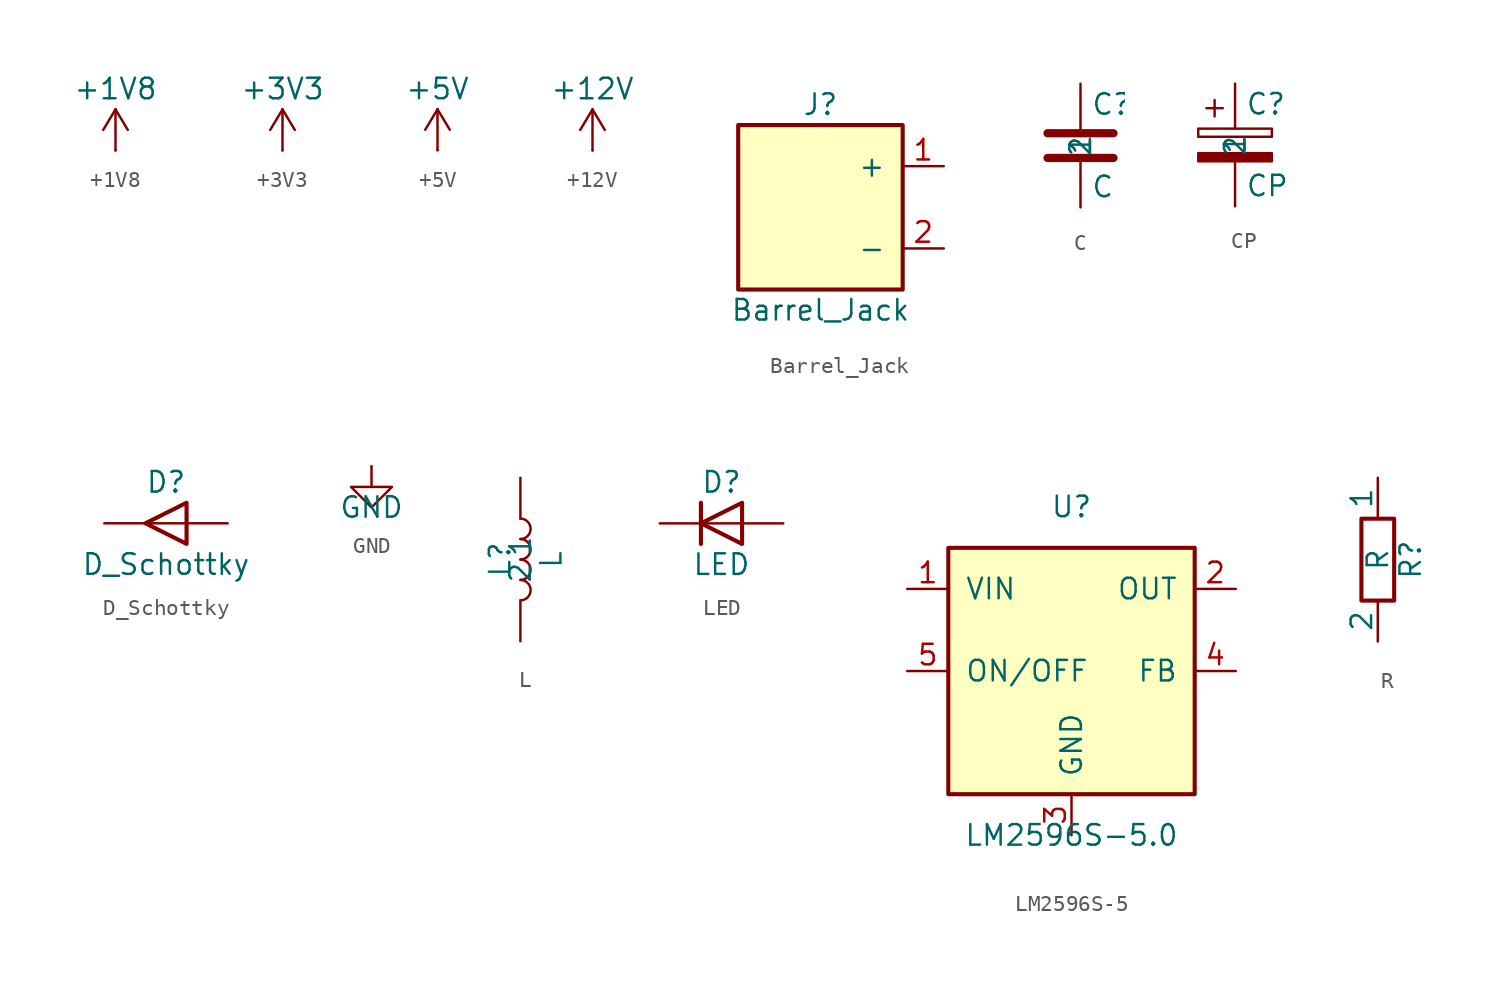
<source format=kicad_sym>
(kicad_symbol_lib
  (version 20231120)
  (generator "kicad_auto_builder")
  (generator_version "1.0")
  (symbol "+1V8"
    (power)
    (pin_numbers hide)
    (pin_names
      (offset 0) hide)
    (property "Reference" "#PWR"
      (at 0 -3.81 0)
      (effects (font (size 1.27 1.27)) hide))
    (property "Value" "+1V8"
      (at 0 3.81 0)
      (effects (font (size 1.27 1.27))))
    (symbol "+1V8_0_1"
      (polyline (pts (xy -0.762 1.27) (xy 0 2.54)) (stroke (width 0) (type default)) (fill (type none)))
      (polyline (pts (xy 0 0) (xy 0 2.54)) (stroke (width 0) (type default)) (fill (type none)))
      (polyline (pts (xy 0 2.54) (xy 0.762 1.27)) (stroke (width 0) (type default)) (fill (type none))))
    (symbol "+1V8_1_1"
      (pin power_in line (at 0 0 90) (length 0) (name "+1V8" (effects (font (size 1.27 1.27)))) (number "1" (effects (font (size 1.27 1.27)))))))
  (symbol "+3V3"
    (power)
    (pin_numbers hide)
    (pin_names
      (offset 0) hide)
    (property "Reference" "#PWR"
      (at 0 -3.81 0)
      (effects (font (size 1.27 1.27)) hide))
    (property "Value" "+3V3"
      (at 0 3.81 0)
      (effects (font (size 1.27 1.27))))
    (symbol "+3V3_0_1"
      (polyline (pts (xy -0.762 1.27) (xy 0 2.54)) (stroke (width 0) (type default)) (fill (type none)))
      (polyline (pts (xy 0 0) (xy 0 2.54)) (stroke (width 0) (type default)) (fill (type none)))
      (polyline (pts (xy 0 2.54) (xy 0.762 1.27)) (stroke (width 0) (type default)) (fill (type none))))
    (symbol "+3V3_1_1"
      (pin power_in line (at 0 0 90) (length 0) (name "+3V3" (effects (font (size 1.27 1.27)))) (number "1" (effects (font (size 1.27 1.27)))))))
  (symbol "+5V"
    (power)
    (pin_numbers hide)
    (pin_names
      (offset 0) hide)
    (property "Reference" "#PWR"
      (at 0 -3.81 0)
      (effects (font (size 1.27 1.27)) hide))
    (property "Value" "+5V"
      (at 0 3.81 0)
      (effects (font (size 1.27 1.27))))
    (symbol "+5V_0_1"
      (polyline (pts (xy -0.762 1.27) (xy 0 2.54)) (stroke (width 0) (type default)) (fill (type none)))
      (polyline (pts (xy 0 0) (xy 0 2.54)) (stroke (width 0) (type default)) (fill (type none)))
      (polyline (pts (xy 0 2.54) (xy 0.762 1.27)) (stroke (width 0) (type default)) (fill (type none))))
    (symbol "+5V_1_1"
      (pin power_in line (at 0 0 90) (length 0) (name "+5V" (effects (font (size 1.27 1.27)))) (number "1" (effects (font (size 1.27 1.27)))))))
  (symbol "+12V"
    (power)
    (pin_numbers hide)
    (pin_names
      (offset 0) hide)
    (property "Reference" "#PWR"
      (at 0 -3.81 0)
      (effects (font (size 1.27 1.27)) hide))
    (property "Value" "+12V"
      (at 0 3.81 0)
      (effects (font (size 1.27 1.27))))
    (symbol "+12V_0_1"
      (polyline (pts (xy -0.762 1.27) (xy 0 2.54)) (stroke (width 0) (type default)) (fill (type none)))
      (polyline (pts (xy 0 0) (xy 0 2.54)) (stroke (width 0) (type default)) (fill (type none)))
      (polyline (pts (xy 0 2.54) (xy 0.762 1.27)) (stroke (width 0) (type default)) (fill (type none))))
    (symbol "+12V_1_1"
      (pin power_in line (at 0 0 90) (length 0) (name "+12V" (effects (font (size 1.27 1.27)))) (number "1" (effects (font (size 1.27 1.27)))))))
  (symbol "Barrel_Jack"
    (pin_names
      (offset 1.016))
    (property "Reference" "J"
      (at 0 6.35 0)
      (effects (font (size 1.27 1.27))))
    (property "Value" "Barrel_Jack"
      (at 0 -6.35 0)
      (effects (font (size 1.27 1.27))))
    (symbol "Barrel_Jack_0_1"
      (rectangle (start -5.08 5.08) (end 5.08 -5.08) (stroke (width 0.254) (type default)) (fill (type background))))
    (symbol "Barrel_Jack_1_1"
      (pin passive line (at 7.62 2.54 180) (length 2.54) (name "+" (effects (font (size 1.27 1.27)))) (number "1" (effects (font (size 1.27 1.27)))))
      (pin passive line (at 7.62 -2.54 180) (length 2.54) (name "-" (effects (font (size 1.27 1.27)))) (number "2" (effects (font (size 1.27 1.27)))))))
  (symbol "C"
    (pin_numbers hide)
    (pin_names
      (offset 0.254))
    (property "Reference" "C"
      (at 0.635 2.54 0)
      (effects (font (size 1.27 1.27)) (justify left)))
    (property "Value" "C"
      (at 0.635 -2.54 0)
      (effects (font (size 1.27 1.27)) (justify left)))
    (symbol "C_0_1"
      (polyline (pts (xy -2.032 -0.762) (xy 2.032 -0.762)) (stroke (width 0.508) (type default)) (fill (type none)))
      (polyline (pts (xy -2.032 0.762) (xy 2.032 0.762)) (stroke (width 0.508) (type default)) (fill (type none))))
    (symbol "C_1_1"
      (pin passive line (at 0 3.81 270) (length 2.794) (name "1" (effects (font (size 1.27 1.27)))) (number "1" (effects (font (size 1.27 1.27)))))
      (pin passive line (at 0 -3.81 90) (length 2.794) (name "2" (effects (font (size 1.27 1.27)))) (number "2" (effects (font (size 1.27 1.27)))))))
  (symbol "CP"
    (pin_numbers hide)
    (pin_names
      (offset 0.254))
    (property "Reference" "C"
      (at 0.635 2.54 0)
      (effects (font (size 1.27 1.27)) (justify left)))
    (property "Value" "CP"
      (at 0.635 -2.54 0)
      (effects (font (size 1.27 1.27)) (justify left)))
    (symbol "CP_0_1"
      (rectangle (start -2.286 0.508) (end 2.286 1.016) (stroke (width 0) (type default)) (fill (type none)))
      (polyline (pts (xy -1.778 2.286) (xy -0.762 2.286)) (stroke (width 0) (type default)) (fill (type none)))
      (polyline (pts (xy -1.27 1.778) (xy -1.27 2.794)) (stroke (width 0) (type default)) (fill (type none)))
      (rectangle (start 2.286 -0.508) (end -2.286 -1.016) (stroke (width 0) (type default)) (fill (type outline))))
    (symbol "CP_1_1"
      (pin passive line (at 0 3.81 270) (length 2.794) (name "1" (effects (font (size 1.27 1.27)))) (number "1" (effects (font (size 1.27 1.27)))))
      (pin passive line (at 0 -3.81 90) (length 2.794) (name "2" (effects (font (size 1.27 1.27)))) (number "2" (effects (font (size 1.27 1.27)))))))
  (symbol "D_Schottky"
    (pin_numbers hide)
    (pin_names
      (offset 1.016) hide)
    (property "Reference" "D"
      (at 0 2.54 0)
      (effects (font (size 1.27 1.27))))
    (property "Value" "D_Schottky"
      (at 0 -2.54 0)
      (effects (font (size 1.27 1.27))))
    (symbol "D_Schottky_0_1"
      (polyline (pts (xy 1.27 0) (xy -1.27 0)) (stroke (width 0) (type default)) (fill (type none)))
      (polyline (pts (xy 1.27 1.27) (xy 1.27 -1.27) (xy -1.27 0) (xy 1.27 1.27)) (stroke (width 0.254) (type default)) (fill (type none))))
    (symbol "D_Schottky_1_1"
      (pin passive line (at -3.81 0 0) (length 2.54) (name "K" (effects (font (size 1.27 1.27)))) (number "1" (effects (font (size 1.27 1.27)))))
      (pin passive line (at 3.81 0 180) (length 2.54) (name "A" (effects (font (size 1.27 1.27)))) (number "2" (effects (font (size 1.27 1.27)))))))
  (symbol "GND"
    (power)
    (pin_numbers hide)
    (pin_names
      (offset 0) hide)
    (property "Reference" "#PWR"
      (at 0 -3.81 0)
      (effects (font (size 1.27 1.27)) hide))
    (property "Value" "GND"
      (at 0 -2.54 0)
      (effects (font (size 1.27 1.27))))
    (symbol "GND_0_1"
      (polyline (pts (xy 0 0) (xy 0 -1.27) (xy 1.27 -1.27) (xy 0 -2.54) (xy -1.27 -1.27) (xy 0 -1.27)) (stroke (width 0) (type default)) (fill (type none))))
    (symbol "GND_1_1"
      (pin power_in line (at 0 0 270) (length 0) (name "GND" (effects (font (size 1.27 1.27)))) (number "1" (effects (font (size 1.27 1.27)))))))
  (symbol "L"
    (pin_numbers hide)
    (pin_names
      (offset 1.016))
    (property "Reference" "L"
      (at -1.27 0 90)
      (effects (font (size 1.27 1.27))))
    (property "Value" "L"
      (at 1.905 0 90)
      (effects (font (size 1.27 1.27))))
    (symbol "L_0_1"
      (arc (start 0 -2.54) (mid 0.6323 -1.905) (end 0 -1.27) (stroke (width 0) (type default)) (fill (type none)))
      (arc (start 0 -1.27) (mid 0.6323 -0.635) (end 0 0) (stroke (width 0) (type default)) (fill (type none)))
      (arc (start 0 0) (mid 0.6323 0.635) (end 0 1.27) (stroke (width 0) (type default)) (fill (type none)))
      (arc (start 0 1.27) (mid 0.6323 1.905) (end 0 2.54) (stroke (width 0) (type default)) (fill (type none))))
    (symbol "L_1_1"
      (pin passive line (at 0 5.08 270) (length 2.54) (name "1" (effects (font (size 1.27 1.27)))) (number "1" (effects (font (size 1.27 1.27)))))
      (pin passive line (at 0 -5.08 90) (length 2.54) (name "2" (effects (font (size 1.27 1.27)))) (number "2" (effects (font (size 1.27 1.27)))))))
  (symbol "LED"
    (pin_numbers hide)
    (pin_names
      (offset 1.016) hide)
    (property "Reference" "D"
      (at 0 2.54 0)
      (effects (font (size 1.27 1.27))))
    (property "Value" "LED"
      (at 0 -2.54 0)
      (effects (font (size 1.27 1.27))))
    (symbol "LED_0_1"
      (polyline (pts (xy -1.27 -1.27) (xy -1.27 1.27)) (stroke (width 0.254) (type default)) (fill (type none)))
      (polyline (pts (xy -1.27 0) (xy 1.27 0)) (stroke (width 0) (type default)) (fill (type none)))
      (polyline (pts (xy 1.27 -1.27) (xy 1.27 1.27) (xy -1.27 0) (xy 1.27 -1.27)) (stroke (width 0.254) (type default)) (fill (type none))))
    (symbol "LED_1_1"
      (pin passive line (at -3.81 0 0) (length 2.54) (name "K" (effects (font (size 1.27 1.27)))) (number "1" (effects (font (size 1.27 1.27)))))
      (pin passive line (at 3.81 0 180) (length 2.54) (name "A" (effects (font (size 1.27 1.27)))) (number "2" (effects (font (size 1.27 1.27)))))))
  (symbol "LM2596S-5"
    (pin_names
      (offset 1.016))
    (property "Reference" "U"
      (at 0 10.16 0)
      (effects (font (size 1.27 1.27))))
    (property "Value" "LM2596S-5.0"
      (at 0 -10.16 0)
      (effects (font (size 1.27 1.27))))
    (symbol "LM2596S-5_0_1"
      (rectangle (start -7.62 7.62) (end 7.62 -7.62) (stroke (width 0.254) (type default)) (fill (type background))))
    (symbol "LM2596S-5_1_1"
      (pin power_in line (at -10.16 5.08 0) (length 2.54) (name "VIN" (effects (font (size 1.27 1.27)))) (number "1" (effects (font (size 1.27 1.27)))))
      (pin output line (at 10.16 5.08 180) (length 2.54) (name "OUT" (effects (font (size 1.27 1.27)))) (number "2" (effects (font (size 1.27 1.27)))))
      (pin power_in line (at 0 -10.16 90) (length 2.54) (name "GND" (effects (font (size 1.27 1.27)))) (number "3" (effects (font (size 1.27 1.27)))))
      (pin input line (at 10.16 0 180) (length 2.54) (name "FB" (effects (font (size 1.27 1.27)))) (number "4" (effects (font (size 1.27 1.27)))))
      (pin input line (at -10.16 0 0) (length 2.54) (name "ON/OFF" (effects (font (size 1.27 1.27)))) (number "5" (effects (font (size 1.27 1.27)))))))
  (symbol "R"
    (pin_numbers hide)
    (pin_names
      (offset 0))
    (property "Reference" "R"
      (at 2.032 0 90)
      (effects (font (size 1.27 1.27))))
    (property "Value" "R"
      (at 0 0 90)
      (effects (font (size 1.27 1.27))))
    (symbol "R_0_1"
      (rectangle (start -1.016 -2.54) (end 1.016 2.54) (stroke (width 0.254) (type default)) (fill (type none))))
    (symbol "R_1_1"
      (pin passive line (at 0 5.08 270) (length 2.54) (name "1" (effects (font (size 1.27 1.27)))) (number "1" (effects (font (size 1.27 1.27)))))
      (pin passive line (at 0 -5.08 90) (length 2.54) (name "2" (effects (font (size 1.27 1.27)))) (number "2" (effects (font (size 1.27 1.27))))))))
</source>
